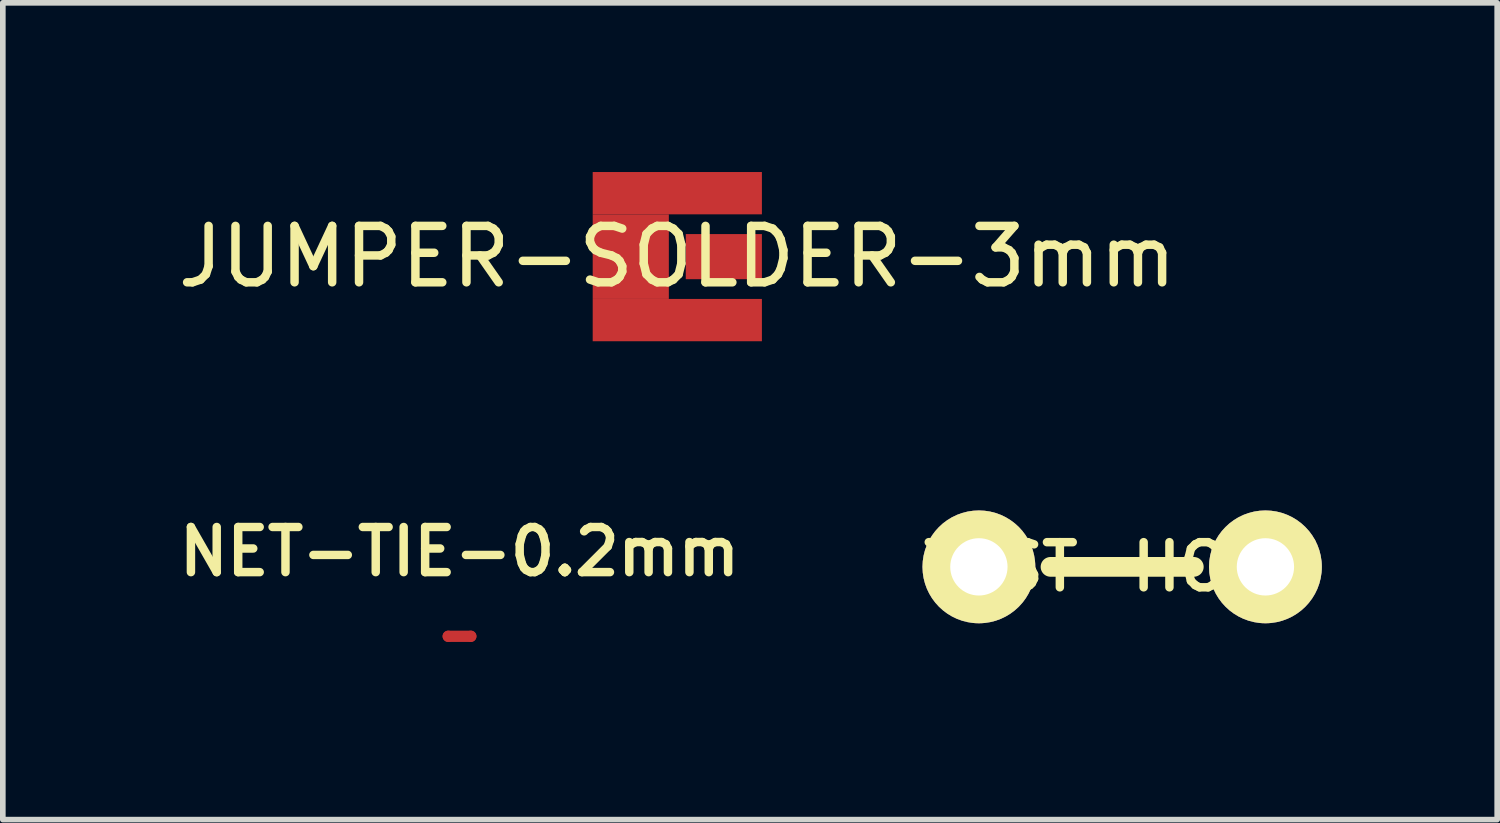
<source format=kicad_pcb>
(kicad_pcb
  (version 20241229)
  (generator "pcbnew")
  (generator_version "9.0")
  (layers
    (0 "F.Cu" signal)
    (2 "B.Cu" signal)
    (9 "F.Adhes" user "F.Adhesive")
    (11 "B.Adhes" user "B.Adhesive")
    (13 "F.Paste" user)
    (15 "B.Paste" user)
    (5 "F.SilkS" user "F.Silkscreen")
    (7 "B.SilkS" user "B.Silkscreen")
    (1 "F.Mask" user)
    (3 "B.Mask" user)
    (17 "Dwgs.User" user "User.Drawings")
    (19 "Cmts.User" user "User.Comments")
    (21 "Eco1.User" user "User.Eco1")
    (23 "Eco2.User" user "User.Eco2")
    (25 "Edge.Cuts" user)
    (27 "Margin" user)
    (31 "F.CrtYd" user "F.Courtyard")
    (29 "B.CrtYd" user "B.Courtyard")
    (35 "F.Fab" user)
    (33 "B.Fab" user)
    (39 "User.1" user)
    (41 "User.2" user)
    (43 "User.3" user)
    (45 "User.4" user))
  (footprint "TEST-HOOK"
    (layer "F.Cu")
    (at 16.845 7)
    (property "Reference" "TEST-HOOK" (at 0 0 0) (layer "F.SilkS") (effects (font (size 0.8 0.8) (thickness 0.15))))
    (attr through_hole)
    (fp_line (start -1.27 0) (end 1.27 0) (stroke (width 0.35) (type solid)) (layer "F.SilkS"))
    (pad "1" thru_hole circle (at -2.54 0) (size 2 2) (drill 1.016) (layers "*.Cu" "*.Mask" "F.SilkS"))
    (pad "1" thru_hole circle (at 2.54 0) (size 2 2) (drill 1.016) (layers "*.Cu" "*.Mask" "F.SilkS")))
  (footprint "JUMPER-SOLDER-3mm"
    (layer "F.Cu")
    (at 8.958 1.5)
    (property "Reference" "JUMPER-SOLDER-3mm" (at 0 0 0) (layer "F.SilkS") (effects (font (size 1 1) (thickness 0.15))))
    (attr through_hole)
    (pad "1" smd rect (at 0.825 0) (size 1.35 0.8) (layers "F.Cu" "F.Mask" "F.Paste"))
    (pad "2" smd rect (at -0.825 0) (size 1.35 1.5) (layers "F.Cu" "F.Mask" "F.Paste"))
    (pad "2" smd rect (at 0 -1.125) (size 3 0.75) (layers "F.Cu" "F.Mask" "F.Paste"))
    (pad "2" smd rect (at 0 1.125) (size 3 0.75) (layers "F.Cu" "F.Mask" "F.Paste")))
  (footprint "NET-TIE-0.2mm"
    (layer "F.Cu")
    (at 5.097 8.231)
    (property "Reference" "NET-TIE-0.2mm" (at 0 -1.5 0) (layer "F.SilkS") (effects (font (size 0.8 0.8) (thickness 0.15))))
    (attr through_hole)
    (fp_line (start -0.2 0) (end 0.2 0) (stroke (width 0.2) (type solid)) (layer "F.Cu"))
    (pad "1" smd circle (at -0.2 0) (size 0.2 0.2) (layers "F.Cu"))
    (pad "2" smd circle (at 0.2 0) (size 0.2 0.2) (layers "F.Cu")))
  (gr_rect
    (start -3 -3)
    (end 23.494 11.481)
    (stroke (width 0.1) (type default))
    (fill no)
    (layer "Edge.Cuts")))
</source>
